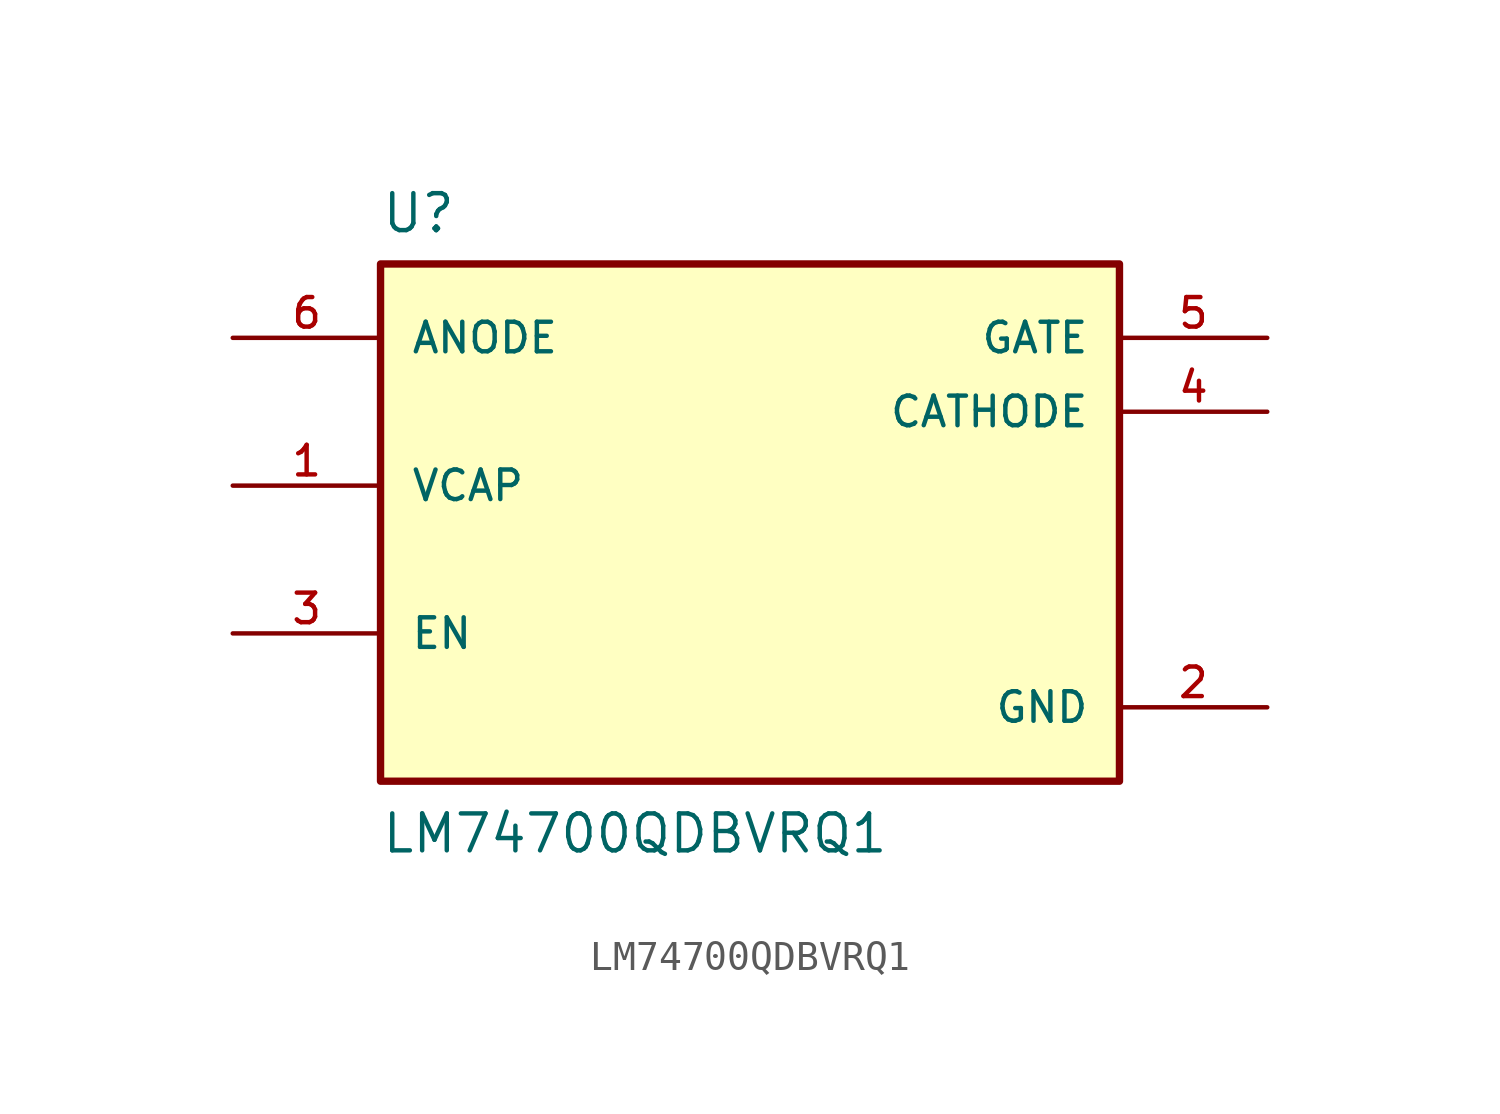
<source format=kicad_sym>
(kicad_symbol_lib
  (version 20211014)
  (generator kicad_symbol_editor)
  (symbol "LM74700QDBVRQ1"
    (pin_names
      (offset 1.016))
    (property "Reference" "U"
      (at -12.7 11.16 0.0)
      (effects (font (size 1.27 1.27)) (justify bottom left)))
    (property "Value" "LM74700QDBVRQ1"
      (at -12.7 -10.16 0.0)
      (effects (font (size 1.27 1.27)) (justify bottom left)))
    (symbol "LM74700QDBVRQ1_0_0"
      (rectangle (start -12.7 -7.62) (end 12.7 10.16) (stroke (width 0.254)) (fill (type background)))
      (pin input line (at -17.78 -2.54 0) (length 5.08) (name "EN" (effects (font (size 1.016 1.016)))) (number "3" (effects (font (size 1.016 1.016)))))
      (pin input line (at -17.78 7.62 0) (length 5.08) (name "ANODE" (effects (font (size 1.016 1.016)))) (number "6" (effects (font (size 1.016 1.016)))))
      (pin input line (at 17.78 5.08 180.0) (length 5.08) (name "CATHODE" (effects (font (size 1.016 1.016)))) (number "4" (effects (font (size 1.016 1.016)))))
      (pin output line (at 17.78 7.62 180.0) (length 5.08) (name "GATE" (effects (font (size 1.016 1.016)))) (number "5" (effects (font (size 1.016 1.016)))))
      (pin output line (at -17.78 2.54 0) (length 5.08) (name "VCAP" (effects (font (size 1.016 1.016)))) (number "1" (effects (font (size 1.016 1.016)))))
      (pin power_in line (at 17.78 -5.08 180.0) (length 5.08) (name "GND" (effects (font (size 1.016 1.016)))) (number "2" (effects (font (size 1.016 1.016))))))))
</source>
